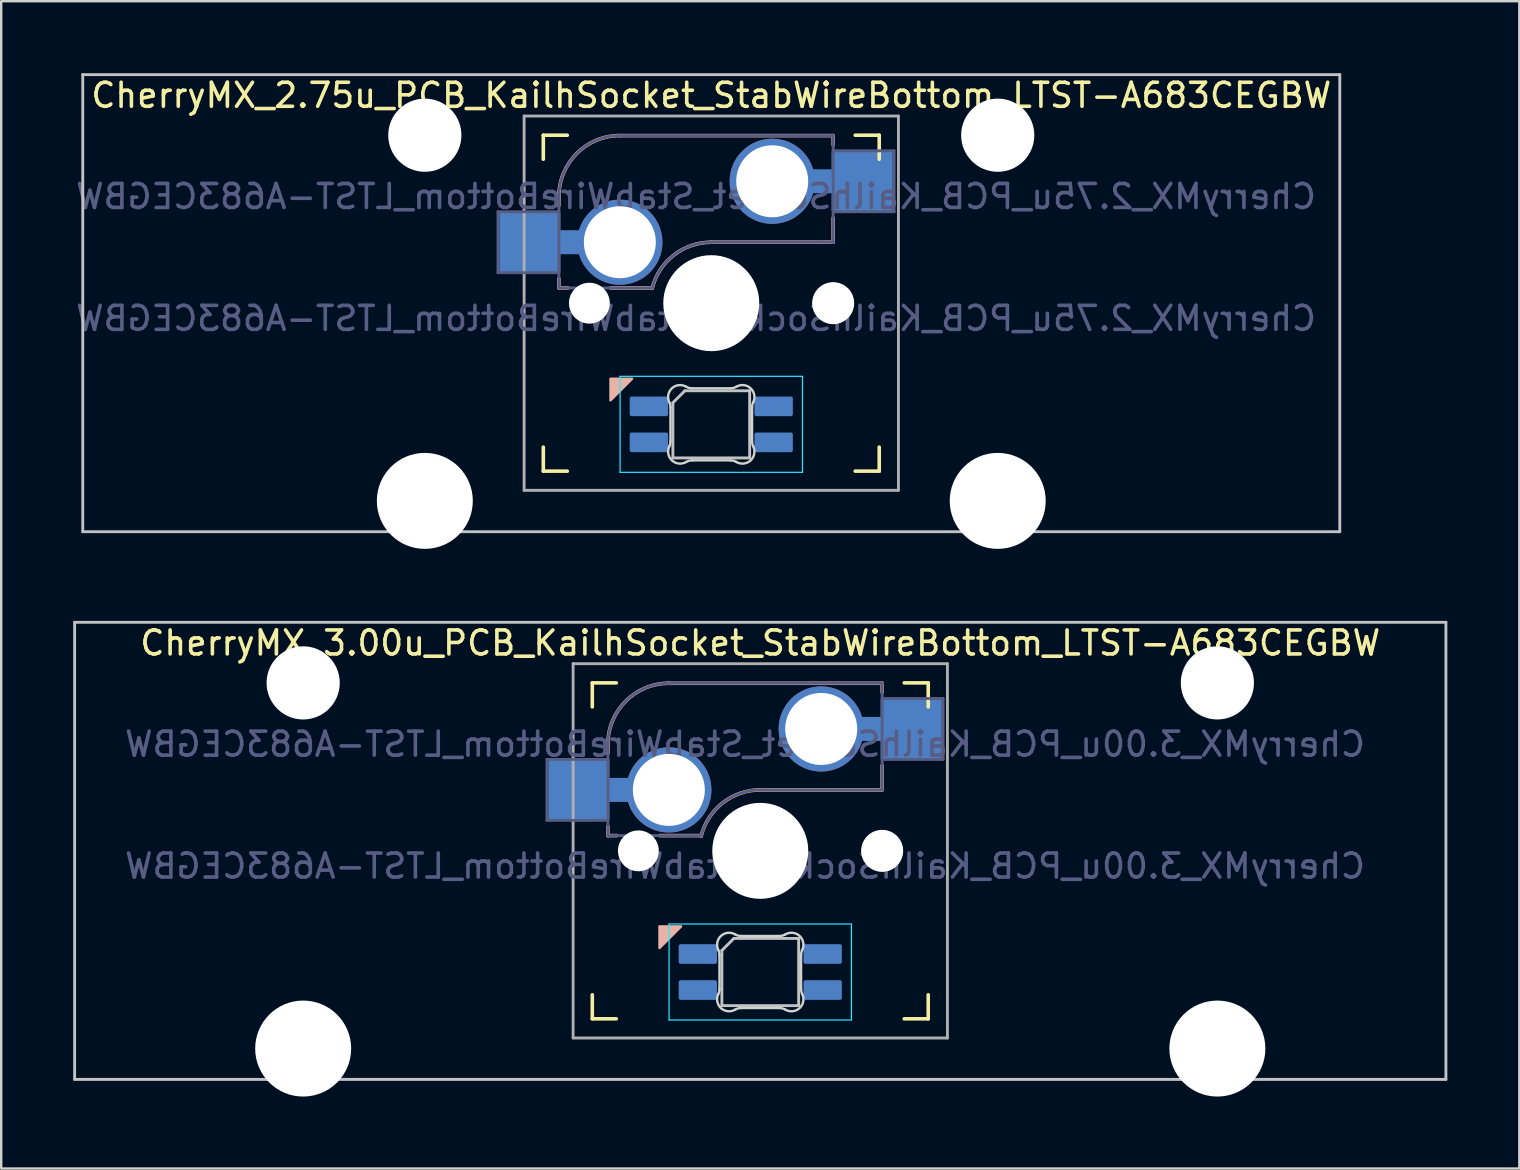
<source format=kicad_pcb>
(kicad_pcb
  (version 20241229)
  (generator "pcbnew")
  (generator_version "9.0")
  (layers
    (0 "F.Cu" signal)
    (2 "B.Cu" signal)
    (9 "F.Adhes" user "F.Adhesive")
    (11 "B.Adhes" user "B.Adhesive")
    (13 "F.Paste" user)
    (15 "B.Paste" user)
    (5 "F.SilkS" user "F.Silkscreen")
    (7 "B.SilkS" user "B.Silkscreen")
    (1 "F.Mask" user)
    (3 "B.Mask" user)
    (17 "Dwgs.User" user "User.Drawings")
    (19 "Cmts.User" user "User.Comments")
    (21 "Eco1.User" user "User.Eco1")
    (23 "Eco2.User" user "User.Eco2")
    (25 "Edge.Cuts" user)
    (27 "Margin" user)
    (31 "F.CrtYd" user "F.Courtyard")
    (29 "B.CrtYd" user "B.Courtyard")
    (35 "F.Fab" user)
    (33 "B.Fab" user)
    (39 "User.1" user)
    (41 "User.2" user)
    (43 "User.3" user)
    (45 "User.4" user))
  (footprint "CherryMX_3.00u_PCB_KailhSocket_StabWireBottom_LTST-A683CEGBW"
    (layer "F.Cu")
    (at 28.635 32.41)
    (property "Reference" "CherryMX_3.00u_PCB_KailhSocket_StabWireBottom_LTST-A683CEGBW" (at 0 -8.662 0) (layer "F.SilkS") (effects (font (size 1 1) (thickness 0.15))))
    (property "Value" "CherryMX_3.00u_PCB_KailhSocket_StabWireBottom_LTST-A683CEGBW" (at 0 8.662 0) (layer "F.Fab") (hide yes) (effects (font (size 1 1) (thickness 0.15))))
    (attr through_hole)
    (fp_line (start -7 -6) (end -7 -7) (stroke (width 0.15) (type solid)) (layer "F.SilkS"))
    (fp_line (start -7 7) (end -7 6) (stroke (width 0.15) (type solid)) (layer "F.SilkS"))
    (fp_line (start -7 7) (end -6 7) (stroke (width 0.15) (type solid)) (layer "F.SilkS"))
    (fp_line (start -6 -7) (end -7 -7) (stroke (width 0.15) (type solid)) (layer "F.SilkS"))
    (fp_line (start 6 7) (end 7 7) (stroke (width 0.15) (type solid)) (layer "F.SilkS"))
    (fp_line (start 7 -7) (end 6 -7) (stroke (width 0.15) (type solid)) (layer "F.SilkS"))
    (fp_line (start 7 -7) (end 7 -6) (stroke (width 0.15) (type solid)) (layer "F.SilkS"))
    (fp_line (start 7 6) (end 7 7) (stroke (width 0.15) (type solid)) (layer "F.SilkS"))
    (fp_line (start -6.35 -4.445) (end -6.35 -4.064) (stroke (width 0.15) (type solid)) (layer "B.SilkS"))
    (fp_line (start -6.35 -1.016) (end -6.35 -0.635) (stroke (width 0.15) (type solid)) (layer "B.SilkS"))
    (fp_line (start -5.969 -0.635) (end -6.35 -0.635) (stroke (width 0.15) (type solid)) (layer "B.SilkS"))
    (fp_line (start -3.81 -6.985) (end 5.08 -6.985) (stroke (width 0.15) (type solid)) (layer "B.SilkS"))
    (fp_line (start -2.464 -0.635) (end -4.191 -0.635) (stroke (width 0.15) (type solid)) (layer "B.SilkS"))
    (fp_line (start 5.08 -6.985) (end 5.08 -6.604) (stroke (width 0.15) (type solid)) (layer "B.SilkS"))
    (fp_line (start 5.08 -3.556) (end 5.08 -2.54) (stroke (width 0.15) (type solid)) (layer "B.SilkS"))
    (fp_line (start 5.08 -2.54) (end 0 -2.54) (stroke (width 0.15) (type solid)) (layer "B.SilkS"))
    (fp_arc (start -6.35 -4.445) (mid -5.606051 -6.241051) (end -3.81 -6.985) (stroke (width 0.15) (type solid)) (layer "B.SilkS"))
    (fp_arc (start -2.464162 -0.61604) (mid -1.563147 -2.002042) (end 0 -2.54) (stroke (width 0.15) (type solid)) (layer "B.SilkS"))
    (fp_poly (pts (xy -4.2 4.05) (xy -3.3 3.15) (xy -4.2 3.15)) (stroke (width 0.1) (type solid)) (fill yes) (layer "B.SilkS"))
    (fp_line (start -28.575 -9.525) (end 28.575 -9.525) (stroke (width 0.12) (type solid)) (layer "Dwgs.User"))
    (fp_line (start -28.575 9.525) (end -28.575 -9.525) (stroke (width 0.12) (type solid)) (layer "Dwgs.User"))
    (fp_line (start -1.6 4.15) (end -1.6 6.45) (stroke (width 0.12) (type solid)) (layer "Dwgs.User"))
    (fp_line (start -1.6 4.15) (end -1.1 3.65) (stroke (width 0.12) (type solid)) (layer "Dwgs.User"))
    (fp_line (start -1.6 6.45) (end 1.6 6.45) (stroke (width 0.12) (type solid)) (layer "Dwgs.User"))
    (fp_line (start 1.6 3.65) (end -1.1 3.65) (stroke (width 0.12) (type solid)) (layer "Dwgs.User"))
    (fp_line (start 1.6 6.45) (end 1.6 3.65) (stroke (width 0.12) (type solid)) (layer "Dwgs.User"))
    (fp_line (start 28.575 -9.525) (end 28.575 9.525) (stroke (width 0.12) (type solid)) (layer "Dwgs.User"))
    (fp_line (start 28.575 9.525) (end -28.575 9.525) (stroke (width 0.12) (type solid)) (layer "Dwgs.User"))
    (fp_line (start -6.9 6.9) (end -6.9 -6.9) (stroke (width 0.15) (type solid)) (layer "Eco2.User"))
    (fp_line (start -6.9 6.9) (end 6.9 6.9) (stroke (width 0.15) (type solid)) (layer "Eco2.User"))
    (fp_line (start 6.9 -6.9) (end -6.9 -6.9) (stroke (width 0.15) (type solid)) (layer "Eco2.User"))
    (fp_line (start 6.9 -6.9) (end 6.9 6.9) (stroke (width 0.15) (type solid)) (layer "Eco2.User"))
    (fp_line (start -1.7 5.753) (end -1.7 4.347) (stroke (width 0.1) (type solid)) (layer "Edge.Cuts"))
    (fp_line (start -0.794 3.55) (end 0.794 3.55) (stroke (width 0.1) (type solid)) (layer "Edge.Cuts"))
    (fp_line (start 0.794 6.55) (end -0.794 6.55) (stroke (width 0.1) (type solid)) (layer "Edge.Cuts"))
    (fp_line (start 1.7 4.347) (end 1.7 5.753) (stroke (width 0.1) (type solid)) (layer "Edge.Cuts"))
    (fp_arc (start -1.749484 4.13028) (mid -1.712527 4.235932) (end -1.699999 4.347158) (stroke (width 0.1) (type solid)) (layer "Edge.Cuts"))
    (fp_arc (start -1.749484 4.130281) (mid -1.638072 3.545965) (end -1.046711 3.481701) (stroke (width 0.1) (type solid)) (layer "Edge.Cuts"))
    (fp_arc (start -1.699999 5.752843) (mid -1.712527 5.864068) (end -1.749484 5.96972) (stroke (width 0.1) (type solid)) (layer "Edge.Cuts"))
    (fp_arc (start -1.046711 6.618298) (mid -1.63807 6.554034) (end -1.749484 5.96972) (stroke (width 0.1) (type solid)) (layer "Edge.Cuts"))
    (fp_arc (start -1.046711 6.618298) (mid -0.925123 6.567376) (end -0.794453 6.549999) (stroke (width 0.1) (type solid)) (layer "Edge.Cuts"))
    (fp_arc (start -0.794452 3.55) (mid -0.925123 3.532623) (end -1.046711 3.481701) (stroke (width 0.1) (type solid)) (layer "Edge.Cuts"))
    (fp_arc (start 0.794453 6.55) (mid 0.925123 6.567377) (end 1.046711 6.618299) (stroke (width 0.1) (type solid)) (layer "Edge.Cuts"))
    (fp_arc (start 1.04671 3.481701) (mid 0.925122 3.532623) (end 0.794452 3.55) (stroke (width 0.1) (type solid)) (layer "Edge.Cuts"))
    (fp_arc (start 1.046711 3.481703) (mid 1.63807 3.545966) (end 1.749484 4.13028) (stroke (width 0.1) (type solid)) (layer "Edge.Cuts"))
    (fp_arc (start 1.699999 4.347157) (mid 1.712527 4.235932) (end 1.749484 4.13028) (stroke (width 0.1) (type solid)) (layer "Edge.Cuts"))
    (fp_arc (start 1.749484 5.96972) (mid 1.638071 6.554035) (end 1.046711 6.618299) (stroke (width 0.1) (type solid)) (layer "Edge.Cuts"))
    (fp_arc (start 1.749484 5.96972) (mid 1.712527 5.864068) (end 1.699999 5.752842) (stroke (width 0.1) (type solid)) (layer "Edge.Cuts"))
    (fp_line (start -3.8 3.05) (end -3.8 7.05) (stroke (width 0.05) (type solid)) (layer "B.CrtYd"))
    (fp_line (start -3.8 7.05) (end 3.8 7.05) (stroke (width 0.05) (type solid)) (layer "B.CrtYd"))
    (fp_line (start 3.8 3.05) (end -3.8 3.05) (stroke (width 0.05) (type solid)) (layer "B.CrtYd"))
    (fp_line (start 3.8 7.05) (end 3.8 3.05) (stroke (width 0.05) (type solid)) (layer "B.CrtYd"))
    (fp_line (start -8.89 -3.81) (end -6.35 -3.81) (stroke (width 0.12) (type solid)) (layer "B.Fab"))
    (fp_line (start -8.89 -1.27) (end -8.89 -3.81) (stroke (width 0.12) (type solid)) (layer "B.Fab"))
    (fp_line (start -6.35 -1.27) (end -8.89 -1.27) (stroke (width 0.12) (type solid)) (layer "B.Fab"))
    (fp_line (start -6.35 -0.635) (end -6.35 -4.445) (stroke (width 0.12) (type solid)) (layer "B.Fab"))
    (fp_line (start -6.35 -0.635) (end -2.54 -0.635) (stroke (width 0.12) (type solid)) (layer "B.Fab"))
    (fp_line (start -3.81 -6.985) (end 5.08 -6.985) (stroke (width 0.12) (type solid)) (layer "B.Fab"))
    (fp_line (start 5.08 -6.985) (end 5.08 -2.54) (stroke (width 0.12) (type solid)) (layer "B.Fab"))
    (fp_line (start 5.08 -6.35) (end 7.62 -6.35) (stroke (width 0.12) (type solid)) (layer "B.Fab"))
    (fp_line (start 5.08 -2.54) (end 0 -2.54) (stroke (width 0.12) (type solid)) (layer "B.Fab"))
    (fp_line (start 7.62 -6.35) (end 7.62 -3.81) (stroke (width 0.12) (type solid)) (layer "B.Fab"))
    (fp_line (start 7.62 -3.81) (end 5.08 -3.81) (stroke (width 0.12) (type solid)) (layer "B.Fab"))
    (fp_arc (start -6.35 -4.445) (mid -5.606051 -6.241051) (end -3.81 -6.985) (stroke (width 0.12) (type solid)) (layer "B.Fab"))
    (fp_arc (start -2.464162 -0.61604) (mid -1.563147 -2.002042) (end 0 -2.54) (stroke (width 0.12) (type solid)) (layer "B.Fab"))
    (fp_line (start -7.8 -7.8) (end -7.8 7.8) (stroke (width 0.12) (type solid)) (layer "F.Fab"))
    (fp_line (start -7.8 -7.8) (end 7.8 -7.8) (stroke (width 0.12) (type solid)) (layer "F.Fab"))
    (fp_line (start -7.8 7.8) (end 7.8 7.8) (stroke (width 0.12) (type solid)) (layer "F.Fab"))
    (fp_line (start 7.8 -7.8) (end 7.8 7.8) (stroke (width 0.12) (type solid)) (layer "F.Fab"))
    (fp_text user "${REFERENCE}" (at -0.635 -4.445 0) (layer "B.Fab") (effects (font (size 1 1) (thickness 0.15)) (justify mirror)))
    (fp_text user "${VALUE}" (at -0.635 0.635 0) (layer "B.Fab") (effects (font (size 1 1) (thickness 0.15)) (justify mirror)))
    (pad "" np_thru_hole circle (at -19.05 -7) (size 3.05 3.05) (drill 3.05) (layers "*.Cu" "*.Mask"))
    (pad "" np_thru_hole circle (at -19.05 8.24) (size 4 4) (drill 4) (layers "*.Cu" "*.Mask"))
    (pad "" np_thru_hole circle (at -5.08 0) (size 1.702 1.702) (drill 1.702) (layers "*.Cu" "*.Mask"))
    (pad "" np_thru_hole circle (at 0 0) (size 4 4) (drill 4) (layers "*.Cu" "*.Mask"))
    (pad "" np_thru_hole circle (at 5.08 0) (size 1.702 1.702) (drill 1.702) (layers "*.Cu" "*.Mask"))
    (pad "" np_thru_hole circle (at 5.08 0) (size 1.75 1.75) (drill 1.75) (layers "*.Cu" "*.Mask"))
    (pad "" np_thru_hole circle (at 19.05 -7) (size 3.05 3.05) (drill 3.05) (layers "*.Cu" "*.Mask"))
    (pad "" np_thru_hole circle (at 19.05 8.24) (size 4 4) (drill 4) (layers "*.Cu" "*.Mask"))
    (pad "1" smd rect (at -7.56 -2.54) (size 2.55 2.5) (layers "B.Cu" "B.Mask" "B.Paste"))
    (pad "1" connect rect (at -5.715 -2.54 90) (size 1 2.5) (layers "B.Cu"))
    (pad "1" thru_hole circle (at -3.81 -2.54) (size 3.55 3.55) (drill 3) (layers "*.Cu"))
    (pad "2" thru_hole circle (at 2.54 -5.08) (size 3.55 3.55) (drill 3) (layers "*.Cu"))
    (pad "2" connect rect (at 5.015 -5.08 270) (size 1 2.5) (layers "B.Cu"))
    (pad "2" smd rect (at 6.29 -5.08) (size 2.55 2.5) (layers "B.Cu" "B.Mask" "B.Paste"))
    (pad "3" smd roundrect (at -2.6 4.3 90) (size 0.82 1.6) (layers "B.Cu" "B.Mask" "B.Paste") (roundrect_rratio 0.1))
    (pad "4" smd roundrect (at -2.6 5.8 90) (size 0.82 1.6) (layers "B.Cu" "B.Mask" "B.Paste") (roundrect_rratio 0.1))
    (pad "5" smd roundrect (at 2.6 4.3 90) (size 0.82 1.6) (layers "B.Cu" "B.Mask" "B.Paste") (roundrect_rratio 0.1))
    (pad "6" smd roundrect (at 2.6 5.8 90) (size 0.82 1.6) (layers "B.Cu" "B.Mask" "B.Paste") (roundrect_rratio 0.1)))
  (footprint "CherryMX_2.75u_PCB_KailhSocket_StabWireBottom_LTST-A683CEGBW"
    (layer "F.Cu")
    (at 26.593 9.585)
    (property "Reference" "CherryMX_2.75u_PCB_KailhSocket_StabWireBottom_LTST-A683CEGBW" (at 0 -8.662 0) (layer "F.SilkS") (effects (font (size 1 1) (thickness 0.15))))
    (property "Value" "CherryMX_2.75u_PCB_KailhSocket_StabWireBottom_LTST-A683CEGBW" (at 0 8.662 0) (layer "F.Fab") (hide yes) (effects (font (size 1 1) (thickness 0.15))))
    (attr through_hole)
    (fp_line (start -7 -6) (end -7 -7) (stroke (width 0.15) (type solid)) (layer "F.SilkS"))
    (fp_line (start -7 7) (end -7 6) (stroke (width 0.15) (type solid)) (layer "F.SilkS"))
    (fp_line (start -7 7) (end -6 7) (stroke (width 0.15) (type solid)) (layer "F.SilkS"))
    (fp_line (start -6 -7) (end -7 -7) (stroke (width 0.15) (type solid)) (layer "F.SilkS"))
    (fp_line (start 6 7) (end 7 7) (stroke (width 0.15) (type solid)) (layer "F.SilkS"))
    (fp_line (start 7 -7) (end 6 -7) (stroke (width 0.15) (type solid)) (layer "F.SilkS"))
    (fp_line (start 7 -7) (end 7 -6) (stroke (width 0.15) (type solid)) (layer "F.SilkS"))
    (fp_line (start 7 6) (end 7 7) (stroke (width 0.15) (type solid)) (layer "F.SilkS"))
    (fp_line (start -6.35 -4.445) (end -6.35 -4.064) (stroke (width 0.15) (type solid)) (layer "B.SilkS"))
    (fp_line (start -6.35 -1.016) (end -6.35 -0.635) (stroke (width 0.15) (type solid)) (layer "B.SilkS"))
    (fp_line (start -5.969 -0.635) (end -6.35 -0.635) (stroke (width 0.15) (type solid)) (layer "B.SilkS"))
    (fp_line (start -3.81 -6.985) (end 5.08 -6.985) (stroke (width 0.15) (type solid)) (layer "B.SilkS"))
    (fp_line (start -2.464 -0.635) (end -4.191 -0.635) (stroke (width 0.15) (type solid)) (layer "B.SilkS"))
    (fp_line (start 5.08 -6.985) (end 5.08 -6.604) (stroke (width 0.15) (type solid)) (layer "B.SilkS"))
    (fp_line (start 5.08 -3.556) (end 5.08 -2.54) (stroke (width 0.15) (type solid)) (layer "B.SilkS"))
    (fp_line (start 5.08 -2.54) (end 0 -2.54) (stroke (width 0.15) (type solid)) (layer "B.SilkS"))
    (fp_arc (start -6.35 -4.445) (mid -5.606051 -6.241051) (end -3.81 -6.985) (stroke (width 0.15) (type solid)) (layer "B.SilkS"))
    (fp_arc (start -2.464162 -0.61604) (mid -1.563147 -2.002042) (end 0 -2.54) (stroke (width 0.15) (type solid)) (layer "B.SilkS"))
    (fp_poly (pts (xy -4.2 4.05) (xy -3.3 3.15) (xy -4.2 3.15)) (stroke (width 0.1) (type solid)) (fill yes) (layer "B.SilkS"))
    (fp_line (start -26.194 -9.525) (end 26.194 -9.525) (stroke (width 0.12) (type solid)) (layer "Dwgs.User"))
    (fp_line (start -26.194 9.525) (end -26.194 -9.525) (stroke (width 0.12) (type solid)) (layer "Dwgs.User"))
    (fp_line (start -1.6 4.15) (end -1.6 6.45) (stroke (width 0.12) (type solid)) (layer "Dwgs.User"))
    (fp_line (start -1.6 4.15) (end -1.1 3.65) (stroke (width 0.12) (type solid)) (layer "Dwgs.User"))
    (fp_line (start -1.6 6.45) (end 1.6 6.45) (stroke (width 0.12) (type solid)) (layer "Dwgs.User"))
    (fp_line (start 1.6 3.65) (end -1.1 3.65) (stroke (width 0.12) (type solid)) (layer "Dwgs.User"))
    (fp_line (start 1.6 6.45) (end 1.6 3.65) (stroke (width 0.12) (type solid)) (layer "Dwgs.User"))
    (fp_line (start 26.194 -9.525) (end 26.194 9.525) (stroke (width 0.12) (type solid)) (layer "Dwgs.User"))
    (fp_line (start 26.194 9.525) (end -26.194 9.525) (stroke (width 0.12) (type solid)) (layer "Dwgs.User"))
    (fp_line (start -6.9 6.9) (end -6.9 -6.9) (stroke (width 0.15) (type solid)) (layer "Eco2.User"))
    (fp_line (start -6.9 6.9) (end 6.9 6.9) (stroke (width 0.15) (type solid)) (layer "Eco2.User"))
    (fp_line (start 6.9 -6.9) (end -6.9 -6.9) (stroke (width 0.15) (type solid)) (layer "Eco2.User"))
    (fp_line (start 6.9 -6.9) (end 6.9 6.9) (stroke (width 0.15) (type solid)) (layer "Eco2.User"))
    (fp_line (start -1.7 5.753) (end -1.7 4.347) (stroke (width 0.1) (type solid)) (layer "Edge.Cuts"))
    (fp_line (start -0.794 3.55) (end 0.794 3.55) (stroke (width 0.1) (type solid)) (layer "Edge.Cuts"))
    (fp_line (start 0.794 6.55) (end -0.794 6.55) (stroke (width 0.1) (type solid)) (layer "Edge.Cuts"))
    (fp_line (start 1.7 4.347) (end 1.7 5.753) (stroke (width 0.1) (type solid)) (layer "Edge.Cuts"))
    (fp_arc (start -1.749484 4.13028) (mid -1.712527 4.235932) (end -1.699999 4.347158) (stroke (width 0.1) (type solid)) (layer "Edge.Cuts"))
    (fp_arc (start -1.749484 4.130281) (mid -1.638072 3.545965) (end -1.046711 3.481701) (stroke (width 0.1) (type solid)) (layer "Edge.Cuts"))
    (fp_arc (start -1.699999 5.752843) (mid -1.712527 5.864068) (end -1.749484 5.96972) (stroke (width 0.1) (type solid)) (layer "Edge.Cuts"))
    (fp_arc (start -1.046711 6.618298) (mid -1.63807 6.554034) (end -1.749484 5.96972) (stroke (width 0.1) (type solid)) (layer "Edge.Cuts"))
    (fp_arc (start -1.046711 6.618298) (mid -0.925123 6.567376) (end -0.794453 6.549999) (stroke (width 0.1) (type solid)) (layer "Edge.Cuts"))
    (fp_arc (start -0.794452 3.55) (mid -0.925123 3.532623) (end -1.046711 3.481701) (stroke (width 0.1) (type solid)) (layer "Edge.Cuts"))
    (fp_arc (start 0.794453 6.55) (mid 0.925123 6.567377) (end 1.046711 6.618299) (stroke (width 0.1) (type solid)) (layer "Edge.Cuts"))
    (fp_arc (start 1.04671 3.481701) (mid 0.925122 3.532623) (end 0.794452 3.55) (stroke (width 0.1) (type solid)) (layer "Edge.Cuts"))
    (fp_arc (start 1.046711 3.481703) (mid 1.63807 3.545966) (end 1.749484 4.13028) (stroke (width 0.1) (type solid)) (layer "Edge.Cuts"))
    (fp_arc (start 1.699999 4.347157) (mid 1.712527 4.235932) (end 1.749484 4.13028) (stroke (width 0.1) (type solid)) (layer "Edge.Cuts"))
    (fp_arc (start 1.749484 5.96972) (mid 1.638071 6.554035) (end 1.046711 6.618299) (stroke (width 0.1) (type solid)) (layer "Edge.Cuts"))
    (fp_arc (start 1.749484 5.96972) (mid 1.712527 5.864068) (end 1.699999 5.752842) (stroke (width 0.1) (type solid)) (layer "Edge.Cuts"))
    (fp_line (start -3.8 3.05) (end -3.8 7.05) (stroke (width 0.05) (type solid)) (layer "B.CrtYd"))
    (fp_line (start -3.8 7.05) (end 3.8 7.05) (stroke (width 0.05) (type solid)) (layer "B.CrtYd"))
    (fp_line (start 3.8 3.05) (end -3.8 3.05) (stroke (width 0.05) (type solid)) (layer "B.CrtYd"))
    (fp_line (start 3.8 7.05) (end 3.8 3.05) (stroke (width 0.05) (type solid)) (layer "B.CrtYd"))
    (fp_line (start -8.89 -3.81) (end -6.35 -3.81) (stroke (width 0.12) (type solid)) (layer "B.Fab"))
    (fp_line (start -8.89 -1.27) (end -8.89 -3.81) (stroke (width 0.12) (type solid)) (layer "B.Fab"))
    (fp_line (start -6.35 -1.27) (end -8.89 -1.27) (stroke (width 0.12) (type solid)) (layer "B.Fab"))
    (fp_line (start -6.35 -0.635) (end -6.35 -4.445) (stroke (width 0.12) (type solid)) (layer "B.Fab"))
    (fp_line (start -6.35 -0.635) (end -2.54 -0.635) (stroke (width 0.12) (type solid)) (layer "B.Fab"))
    (fp_line (start -3.81 -6.985) (end 5.08 -6.985) (stroke (width 0.12) (type solid)) (layer "B.Fab"))
    (fp_line (start 5.08 -6.985) (end 5.08 -2.54) (stroke (width 0.12) (type solid)) (layer "B.Fab"))
    (fp_line (start 5.08 -6.35) (end 7.62 -6.35) (stroke (width 0.12) (type solid)) (layer "B.Fab"))
    (fp_line (start 5.08 -2.54) (end 0 -2.54) (stroke (width 0.12) (type solid)) (layer "B.Fab"))
    (fp_line (start 7.62 -6.35) (end 7.62 -3.81) (stroke (width 0.12) (type solid)) (layer "B.Fab"))
    (fp_line (start 7.62 -3.81) (end 5.08 -3.81) (stroke (width 0.12) (type solid)) (layer "B.Fab"))
    (fp_arc (start -6.35 -4.445) (mid -5.606051 -6.241051) (end -3.81 -6.985) (stroke (width 0.12) (type solid)) (layer "B.Fab"))
    (fp_arc (start -2.464162 -0.61604) (mid -1.563147 -2.002042) (end 0 -2.54) (stroke (width 0.12) (type solid)) (layer "B.Fab"))
    (fp_line (start -7.8 -7.8) (end -7.8 7.8) (stroke (width 0.12) (type solid)) (layer "F.Fab"))
    (fp_line (start -7.8 -7.8) (end 7.8 -7.8) (stroke (width 0.12) (type solid)) (layer "F.Fab"))
    (fp_line (start -7.8 7.8) (end 7.8 7.8) (stroke (width 0.12) (type solid)) (layer "F.Fab"))
    (fp_line (start 7.8 -7.8) (end 7.8 7.8) (stroke (width 0.12) (type solid)) (layer "F.Fab"))
    (fp_text user "${REFERENCE}" (at -0.635 -4.445 0) (layer "B.Fab") (effects (font (size 1 1) (thickness 0.15)) (justify mirror)))
    (fp_text user "${VALUE}" (at -0.635 0.635 0) (layer "B.Fab") (effects (font (size 1 1) (thickness 0.15)) (justify mirror)))
    (pad "" np_thru_hole circle (at -11.938 -7) (size 3.05 3.05) (drill 3.05) (layers "*.Cu" "*.Mask"))
    (pad "" np_thru_hole circle (at -11.938 8.24) (size 4 4) (drill 4) (layers "*.Cu" "*.Mask"))
    (pad "" np_thru_hole circle (at -5.08 0) (size 1.702 1.702) (drill 1.702) (layers "*.Cu" "*.Mask"))
    (pad "" np_thru_hole circle (at 0 0) (size 4 4) (drill 4) (layers "*.Cu" "*.Mask"))
    (pad "" np_thru_hole circle (at 5.08 0) (size 1.702 1.702) (drill 1.702) (layers "*.Cu" "*.Mask"))
    (pad "" np_thru_hole circle (at 5.08 0) (size 1.75 1.75) (drill 1.75) (layers "*.Cu" "*.Mask"))
    (pad "" np_thru_hole circle (at 11.938 -7) (size 3.05 3.05) (drill 3.05) (layers "*.Cu" "*.Mask"))
    (pad "" np_thru_hole circle (at 11.938 8.24) (size 4 4) (drill 4) (layers "*.Cu" "*.Mask"))
    (pad "1" smd rect (at -7.56 -2.54) (size 2.55 2.5) (layers "B.Cu" "B.Mask" "B.Paste"))
    (pad "1" connect rect (at -5.715 -2.54 90) (size 1 2.5) (layers "B.Cu"))
    (pad "1" thru_hole circle (at -3.81 -2.54) (size 3.55 3.55) (drill 3) (layers "*.Cu"))
    (pad "2" thru_hole circle (at 2.54 -5.08) (size 3.55 3.55) (drill 3) (layers "*.Cu"))
    (pad "2" connect rect (at 5.015 -5.08 270) (size 1 2.5) (layers "B.Cu"))
    (pad "2" smd rect (at 6.29 -5.08) (size 2.55 2.5) (layers "B.Cu" "B.Mask" "B.Paste"))
    (pad "3" smd roundrect (at -2.6 4.3 90) (size 0.82 1.6) (layers "B.Cu" "B.Mask" "B.Paste") (roundrect_rratio 0.1))
    (pad "4" smd roundrect (at -2.6 5.8 90) (size 0.82 1.6) (layers "B.Cu" "B.Mask" "B.Paste") (roundrect_rratio 0.1))
    (pad "5" smd roundrect (at 2.6 4.3 90) (size 0.82 1.6) (layers "B.Cu" "B.Mask" "B.Paste") (roundrect_rratio 0.1))
    (pad "6" smd roundrect (at 2.6 5.8 90) (size 0.82 1.6) (layers "B.Cu" "B.Mask" "B.Paste") (roundrect_rratio 0.1)))
  (gr_rect
    (start -3 -3)
    (end 60.27 45.65)
    (stroke (width 0.1) (type default))
    (fill no)
    (layer "Edge.Cuts")))
</source>
